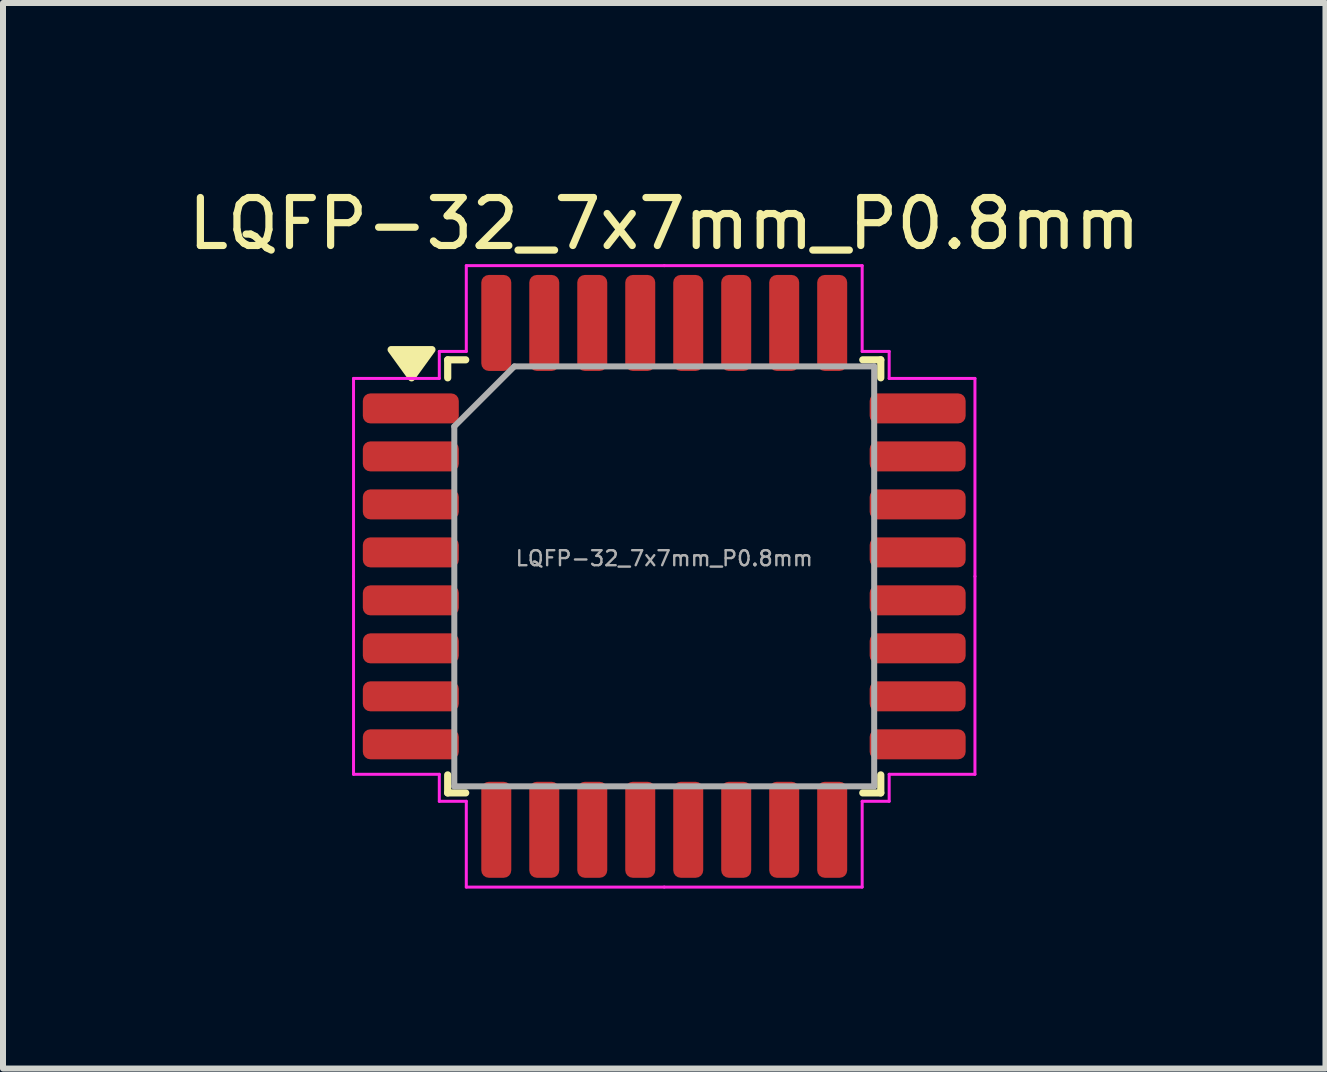
<source format=kicad_pcb>
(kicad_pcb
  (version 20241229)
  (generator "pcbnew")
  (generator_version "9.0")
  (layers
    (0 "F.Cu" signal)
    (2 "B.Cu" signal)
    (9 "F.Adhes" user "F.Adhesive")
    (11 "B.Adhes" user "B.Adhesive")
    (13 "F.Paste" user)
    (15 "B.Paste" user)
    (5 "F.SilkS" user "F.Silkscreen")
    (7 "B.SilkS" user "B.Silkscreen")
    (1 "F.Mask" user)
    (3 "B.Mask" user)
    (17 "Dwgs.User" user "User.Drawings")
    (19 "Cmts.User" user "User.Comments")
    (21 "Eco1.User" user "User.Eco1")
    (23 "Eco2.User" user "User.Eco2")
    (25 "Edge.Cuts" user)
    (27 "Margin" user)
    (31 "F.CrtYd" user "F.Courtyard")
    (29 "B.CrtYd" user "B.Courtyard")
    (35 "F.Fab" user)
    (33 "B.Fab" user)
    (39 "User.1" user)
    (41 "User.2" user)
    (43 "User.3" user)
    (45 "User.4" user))
  (footprint "LQFP-32_7x7mm_P0.8mm"
    (layer "F.Cu")
    (at 8.024 6.559)
    (property "Reference" "LQFP-32_7x7mm_P0.8mm" (at 0 -5.88 0) (layer "F.SilkS") (effects (font (size 0.8 0.8) (thickness 0.12))))
    (attr smd)
    (fp_line (start -3.61 -3.61) (end -3.61 -3.31) (stroke (width 0.12) (type solid)) (layer "F.SilkS"))
    (fp_line (start -3.61 3.61) (end -3.61 3.31) (stroke (width 0.12) (type solid)) (layer "F.SilkS"))
    (fp_line (start -3.31 -3.61) (end -3.61 -3.61) (stroke (width 0.12) (type solid)) (layer "F.SilkS"))
    (fp_line (start -3.31 3.61) (end -3.61 3.61) (stroke (width 0.12) (type solid)) (layer "F.SilkS"))
    (fp_line (start 3.31 -3.61) (end 3.61 -3.61) (stroke (width 0.12) (type solid)) (layer "F.SilkS"))
    (fp_line (start 3.31 3.61) (end 3.61 3.61) (stroke (width 0.12) (type solid)) (layer "F.SilkS"))
    (fp_line (start 3.61 -3.61) (end 3.61 -3.31) (stroke (width 0.12) (type solid)) (layer "F.SilkS"))
    (fp_line (start 3.61 3.61) (end 3.61 3.31) (stroke (width 0.12) (type solid)) (layer "F.SilkS"))
    (fp_poly (pts (xy -4.213 -3.31) (xy -4.553 -3.78) (xy -3.873 -3.78) (xy -4.213 -3.31)) (stroke (width 0.12) (type solid)) (fill yes) (layer "F.SilkS"))
    (fp_line (start -5.18 -3.3) (end -5.18 0) (stroke (width 0.05) (type solid)) (layer "F.CrtYd"))
    (fp_line (start -5.18 3.3) (end -5.18 0) (stroke (width 0.05) (type solid)) (layer "F.CrtYd"))
    (fp_line (start -3.75 -3.75) (end -3.75 -3.3) (stroke (width 0.05) (type solid)) (layer "F.CrtYd"))
    (fp_line (start -3.75 -3.3) (end -5.18 -3.3) (stroke (width 0.05) (type solid)) (layer "F.CrtYd"))
    (fp_line (start -3.75 3.3) (end -5.18 3.3) (stroke (width 0.05) (type solid)) (layer "F.CrtYd"))
    (fp_line (start -3.75 3.75) (end -3.75 3.3) (stroke (width 0.05) (type solid)) (layer "F.CrtYd"))
    (fp_line (start -3.3 -5.18) (end -3.3 -3.75) (stroke (width 0.05) (type solid)) (layer "F.CrtYd"))
    (fp_line (start -3.3 -3.75) (end -3.75 -3.75) (stroke (width 0.05) (type solid)) (layer "F.CrtYd"))
    (fp_line (start -3.3 3.75) (end -3.75 3.75) (stroke (width 0.05) (type solid)) (layer "F.CrtYd"))
    (fp_line (start -3.3 5.18) (end -3.3 3.75) (stroke (width 0.05) (type solid)) (layer "F.CrtYd"))
    (fp_line (start 0 -5.18) (end -3.3 -5.18) (stroke (width 0.05) (type solid)) (layer "F.CrtYd"))
    (fp_line (start 0 -5.18) (end 3.3 -5.18) (stroke (width 0.05) (type solid)) (layer "F.CrtYd"))
    (fp_line (start 0 5.18) (end -3.3 5.18) (stroke (width 0.05) (type solid)) (layer "F.CrtYd"))
    (fp_line (start 0 5.18) (end 3.3 5.18) (stroke (width 0.05) (type solid)) (layer "F.CrtYd"))
    (fp_line (start 3.3 -5.18) (end 3.3 -3.75) (stroke (width 0.05) (type solid)) (layer "F.CrtYd"))
    (fp_line (start 3.3 -3.75) (end 3.75 -3.75) (stroke (width 0.05) (type solid)) (layer "F.CrtYd"))
    (fp_line (start 3.3 3.75) (end 3.75 3.75) (stroke (width 0.05) (type solid)) (layer "F.CrtYd"))
    (fp_line (start 3.3 5.18) (end 3.3 3.75) (stroke (width 0.05) (type solid)) (layer "F.CrtYd"))
    (fp_line (start 3.75 -3.75) (end 3.75 -3.3) (stroke (width 0.05) (type solid)) (layer "F.CrtYd"))
    (fp_line (start 3.75 -3.3) (end 5.18 -3.3) (stroke (width 0.05) (type solid)) (layer "F.CrtYd"))
    (fp_line (start 3.75 3.3) (end 5.18 3.3) (stroke (width 0.05) (type solid)) (layer "F.CrtYd"))
    (fp_line (start 3.75 3.75) (end 3.75 3.3) (stroke (width 0.05) (type solid)) (layer "F.CrtYd"))
    (fp_line (start 5.18 -3.3) (end 5.18 0) (stroke (width 0.05) (type solid)) (layer "F.CrtYd"))
    (fp_line (start 5.18 3.3) (end 5.18 0) (stroke (width 0.05) (type solid)) (layer "F.CrtYd"))
    (fp_line (start -3.5 -2.5) (end -2.5 -3.5) (stroke (width 0.1) (type solid)) (layer "F.Fab"))
    (fp_line (start -3.5 3.5) (end -3.5 -2.5) (stroke (width 0.1) (type solid)) (layer "F.Fab"))
    (fp_line (start -2.5 -3.5) (end 3.5 -3.5) (stroke (width 0.1) (type solid)) (layer "F.Fab"))
    (fp_line (start 3.5 -3.5) (end 3.5 3.5) (stroke (width 0.1) (type solid)) (layer "F.Fab"))
    (fp_line (start 3.5 3.5) (end -3.5 3.5) (stroke (width 0.1) (type solid)) (layer "F.Fab"))
    (fp_text user "${REFERENCE}" (at 0 -0.3 0) (layer "F.Fab") (effects (font (size 0.25 0.25) (thickness 0.04))))
    (pad "1" smd roundrect (at -4.225 -2.8) (size 1.6 0.5) (layers "F.Cu" "F.Mask" "F.Paste") (roundrect_rratio 0.25))
    (pad "2" smd roundrect (at -4.225 -2) (size 1.6 0.5) (layers "F.Cu" "F.Mask" "F.Paste") (roundrect_rratio 0.25))
    (pad "3" smd roundrect (at -4.225 -1.2) (size 1.6 0.5) (layers "F.Cu" "F.Mask" "F.Paste") (roundrect_rratio 0.25))
    (pad "4" smd roundrect (at -4.225 -0.4) (size 1.6 0.5) (layers "F.Cu" "F.Mask" "F.Paste") (roundrect_rratio 0.25))
    (pad "5" smd roundrect (at -4.225 0.4) (size 1.6 0.5) (layers "F.Cu" "F.Mask" "F.Paste") (roundrect_rratio 0.25))
    (pad "6" smd roundrect (at -4.225 1.2) (size 1.6 0.5) (layers "F.Cu" "F.Mask" "F.Paste") (roundrect_rratio 0.25))
    (pad "7" smd roundrect (at -4.225 2) (size 1.6 0.5) (layers "F.Cu" "F.Mask" "F.Paste") (roundrect_rratio 0.25))
    (pad "8" smd roundrect (at -4.225 2.8) (size 1.6 0.5) (layers "F.Cu" "F.Mask" "F.Paste") (roundrect_rratio 0.25))
    (pad "9" smd roundrect (at -2.8 4.225) (size 0.5 1.6) (layers "F.Cu" "F.Mask" "F.Paste") (roundrect_rratio 0.25))
    (pad "10" smd roundrect (at -2 4.225) (size 0.5 1.6) (layers "F.Cu" "F.Mask" "F.Paste") (roundrect_rratio 0.25))
    (pad "11" smd roundrect (at -1.2 4.225) (size 0.5 1.6) (layers "F.Cu" "F.Mask" "F.Paste") (roundrect_rratio 0.25))
    (pad "12" smd roundrect (at -0.4 4.225) (size 0.5 1.6) (layers "F.Cu" "F.Mask" "F.Paste") (roundrect_rratio 0.25))
    (pad "13" smd roundrect (at 0.4 4.225) (size 0.5 1.6) (layers "F.Cu" "F.Mask" "F.Paste") (roundrect_rratio 0.25))
    (pad "14" smd roundrect (at 1.2 4.225) (size 0.5 1.6) (layers "F.Cu" "F.Mask" "F.Paste") (roundrect_rratio 0.25))
    (pad "15" smd roundrect (at 2 4.225) (size 0.5 1.6) (layers "F.Cu" "F.Mask" "F.Paste") (roundrect_rratio 0.25))
    (pad "16" smd roundrect (at 2.8 4.225) (size 0.5 1.6) (layers "F.Cu" "F.Mask" "F.Paste") (roundrect_rratio 0.25))
    (pad "17" smd roundrect (at 4.225 2.8) (size 1.6 0.5) (layers "F.Cu" "F.Mask" "F.Paste") (roundrect_rratio 0.25))
    (pad "18" smd roundrect (at 4.225 2) (size 1.6 0.5) (layers "F.Cu" "F.Mask" "F.Paste") (roundrect_rratio 0.25))
    (pad "19" smd roundrect (at 4.225 1.2) (size 1.6 0.5) (layers "F.Cu" "F.Mask" "F.Paste") (roundrect_rratio 0.25))
    (pad "20" smd roundrect (at 4.225 0.4) (size 1.6 0.5) (layers "F.Cu" "F.Mask" "F.Paste") (roundrect_rratio 0.25))
    (pad "21" smd roundrect (at 4.225 -0.4) (size 1.6 0.5) (layers "F.Cu" "F.Mask" "F.Paste") (roundrect_rratio 0.25))
    (pad "22" smd roundrect (at 4.225 -1.2) (size 1.6 0.5) (layers "F.Cu" "F.Mask" "F.Paste") (roundrect_rratio 0.25))
    (pad "23" smd roundrect (at 4.225 -2) (size 1.6 0.5) (layers "F.Cu" "F.Mask" "F.Paste") (roundrect_rratio 0.25))
    (pad "24" smd roundrect (at 4.225 -2.8) (size 1.6 0.5) (layers "F.Cu" "F.Mask" "F.Paste") (roundrect_rratio 0.25))
    (pad "25" smd roundrect (at 2.8 -4.225) (size 0.5 1.6) (layers "F.Cu" "F.Mask" "F.Paste") (roundrect_rratio 0.25))
    (pad "26" smd roundrect (at 2 -4.225) (size 0.5 1.6) (layers "F.Cu" "F.Mask" "F.Paste") (roundrect_rratio 0.25))
    (pad "27" smd roundrect (at 1.2 -4.225) (size 0.5 1.6) (layers "F.Cu" "F.Mask" "F.Paste") (roundrect_rratio 0.25))
    (pad "28" smd roundrect (at 0.4 -4.225) (size 0.5 1.6) (layers "F.Cu" "F.Mask" "F.Paste") (roundrect_rratio 0.25))
    (pad "29" smd roundrect (at -0.4 -4.225) (size 0.5 1.6) (layers "F.Cu" "F.Mask" "F.Paste") (roundrect_rratio 0.25))
    (pad "30" smd roundrect (at -1.2 -4.225) (size 0.5 1.6) (layers "F.Cu" "F.Mask" "F.Paste") (roundrect_rratio 0.25))
    (pad "31" smd roundrect (at -2 -4.225) (size 0.5 1.6) (layers "F.Cu" "F.Mask" "F.Paste") (roundrect_rratio 0.25))
    (pad "32" smd roundrect (at -2.8 -4.225) (size 0.5 1.6) (layers "F.Cu" "F.Mask" "F.Paste") (roundrect_rratio 0.25)))
  (gr_rect
    (start -3 -3)
    (end 19.048 14.764)
    (stroke (width 0.1) (type default))
    (fill no)
    (layer "Edge.Cuts")))
</source>
